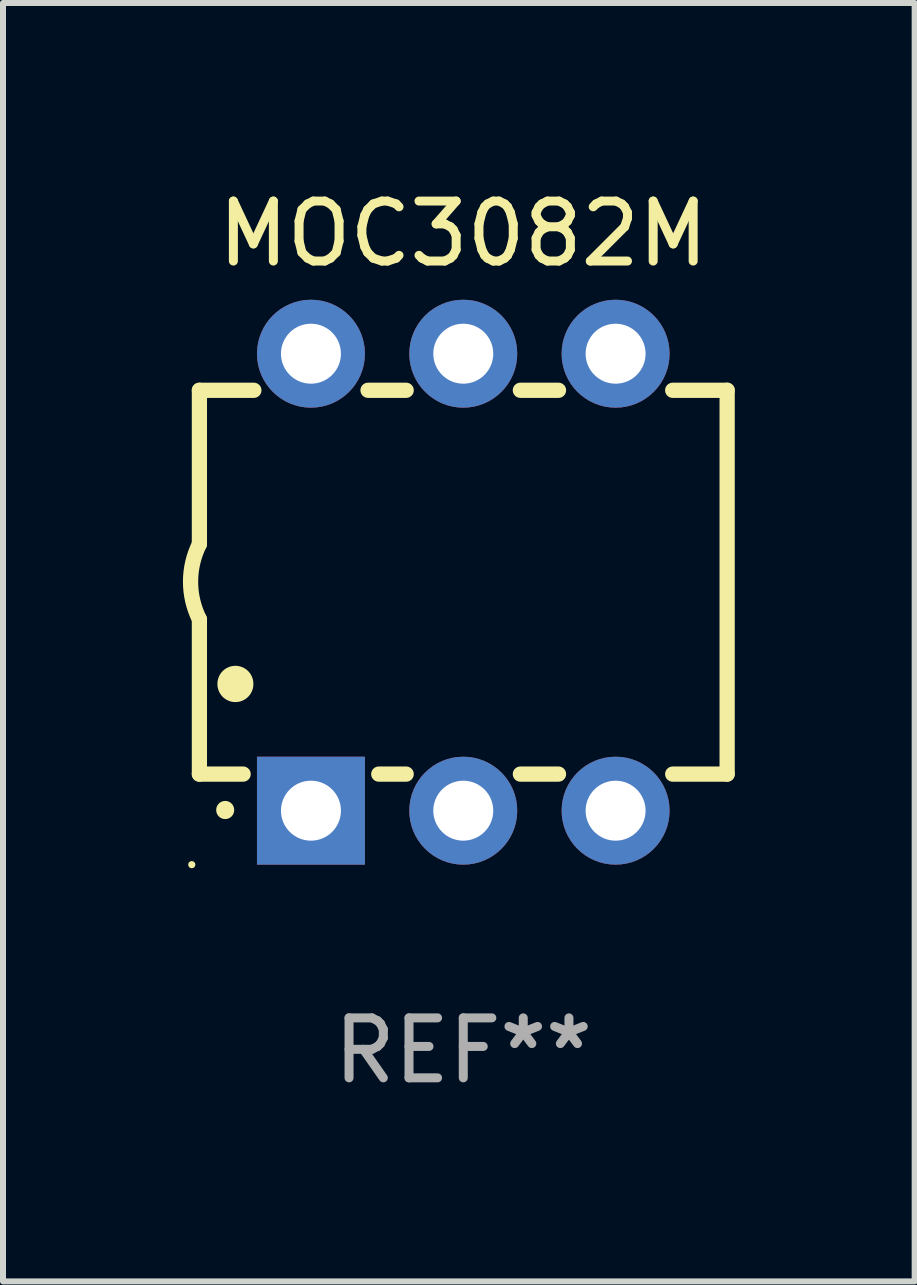
<source format=kicad_pcb>
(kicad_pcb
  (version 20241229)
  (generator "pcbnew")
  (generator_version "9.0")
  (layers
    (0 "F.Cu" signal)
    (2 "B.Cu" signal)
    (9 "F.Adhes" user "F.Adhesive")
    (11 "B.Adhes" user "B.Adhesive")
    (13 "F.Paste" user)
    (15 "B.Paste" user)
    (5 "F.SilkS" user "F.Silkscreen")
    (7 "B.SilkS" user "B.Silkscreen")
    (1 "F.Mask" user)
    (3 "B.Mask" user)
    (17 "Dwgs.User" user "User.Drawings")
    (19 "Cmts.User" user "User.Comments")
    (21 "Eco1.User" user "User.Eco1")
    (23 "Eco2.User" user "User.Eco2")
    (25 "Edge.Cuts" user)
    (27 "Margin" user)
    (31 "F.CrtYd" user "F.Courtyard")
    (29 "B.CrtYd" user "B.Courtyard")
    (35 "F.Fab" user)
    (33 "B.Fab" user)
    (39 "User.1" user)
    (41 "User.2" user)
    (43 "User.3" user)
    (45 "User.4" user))
  (footprint "MOC3082M"
    (layer "F.Cu")
    (at 4.675 6.658)
    (property "Reference" "MOC3082M" (at 0 -5.81 0) (layer "F.SilkS") (effects (font (size 1 1) (thickness 0.15))))
    (attr through_hole)
    (fp_line (start -4.4 -3.2) (end -4.4 -0.635) (stroke (width 0.254) (type solid)) (layer "F.SilkS"))
    (fp_line (start -4.4 -3.2) (end -3.492 -3.2) (stroke (width 0.254) (type solid)) (layer "F.SilkS"))
    (fp_line (start -4.4 3.2) (end -4.4 0.619) (stroke (width 0.254) (type solid)) (layer "F.SilkS"))
    (fp_line (start -3.671 3.2) (end -4.4 3.2) (stroke (width 0.254) (type solid)) (layer "F.SilkS"))
    (fp_line (start -1.588 -3.2) (end -0.952 -3.2) (stroke (width 0.254) (type solid)) (layer "F.SilkS"))
    (fp_line (start -0.952 3.2) (end -1.409 3.2) (stroke (width 0.254) (type solid)) (layer "F.SilkS"))
    (fp_line (start 0.952 -3.2) (end 1.588 -3.2) (stroke (width 0.254) (type solid)) (layer "F.SilkS"))
    (fp_line (start 1.588 3.2) (end 0.952 3.2) (stroke (width 0.254) (type solid)) (layer "F.SilkS"))
    (fp_line (start 3.492 -3.2) (end 4.4 -3.2) (stroke (width 0.254) (type solid)) (layer "F.SilkS"))
    (fp_line (start 4.4 -3.2) (end 4.4 3.2) (stroke (width 0.254) (type solid)) (layer "F.SilkS"))
    (fp_line (start 4.4 3.2) (end 3.492 3.2) (stroke (width 0.254) (type solid)) (layer "F.SilkS"))
    (fp_arc (start -4.399288 0.619762) (mid -4.547636 -0.007536) (end -4.4 -0.635001) (stroke (width 0.254001) (type solid)) (layer "F.SilkS"))
    (fp_arc (start -3.970028 3.799848) (mid -3.970033 3.798578) (end -3.970028 3.797308) (stroke (width 0.3) (type solid)) (layer "F.SilkS"))
    (fp_arc (start -3.799848 1.699263) (mid -3.799859 1.696723) (end -3.799848 1.694183) (stroke (width 0.6) (type solid)) (layer "F.SilkS"))
    (fp_circle (center -4.527 4.71) (end -4.497 4.71) (stroke (width 0.06) (type solid)) (fill no) (layer "F.SilkS"))
    (fp_text user "REF**" (at 0 7.81 0) (layer "F.Fab") (effects (font (size 1 1) (thickness 0.15))))
    (pad "1" thru_hole rect (at -2.54 3.81 180) (size 1.8 1.8) (drill 1) (layers "*.Cu" "*.Mask"))
    (pad "2" thru_hole circle (at 0 3.81) (size 1.8 1.8) (drill 1) (layers "*.Cu" "*.Mask"))
    (pad "3" thru_hole circle (at 2.54 3.81) (size 1.8 1.8) (drill 1) (layers "*.Cu" "*.Mask"))
    (pad "4" thru_hole circle (at 2.54 -3.81) (size 1.8 1.8) (drill 1) (layers "*.Cu" "*.Mask"))
    (pad "5" thru_hole circle (at 0 -3.81) (size 1.8 1.8) (drill 1) (layers "*.Cu" "*.Mask"))
    (pad "6" thru_hole circle (at -2.54 -3.81) (size 1.8 1.8) (drill 1) (layers "*.Cu" "*.Mask")))
  (gr_rect
    (start -3 -3)
    (end 12.202 18.317)
    (stroke (width 0.1) (type default))
    (fill no)
    (layer "Edge.Cuts")))
</source>
